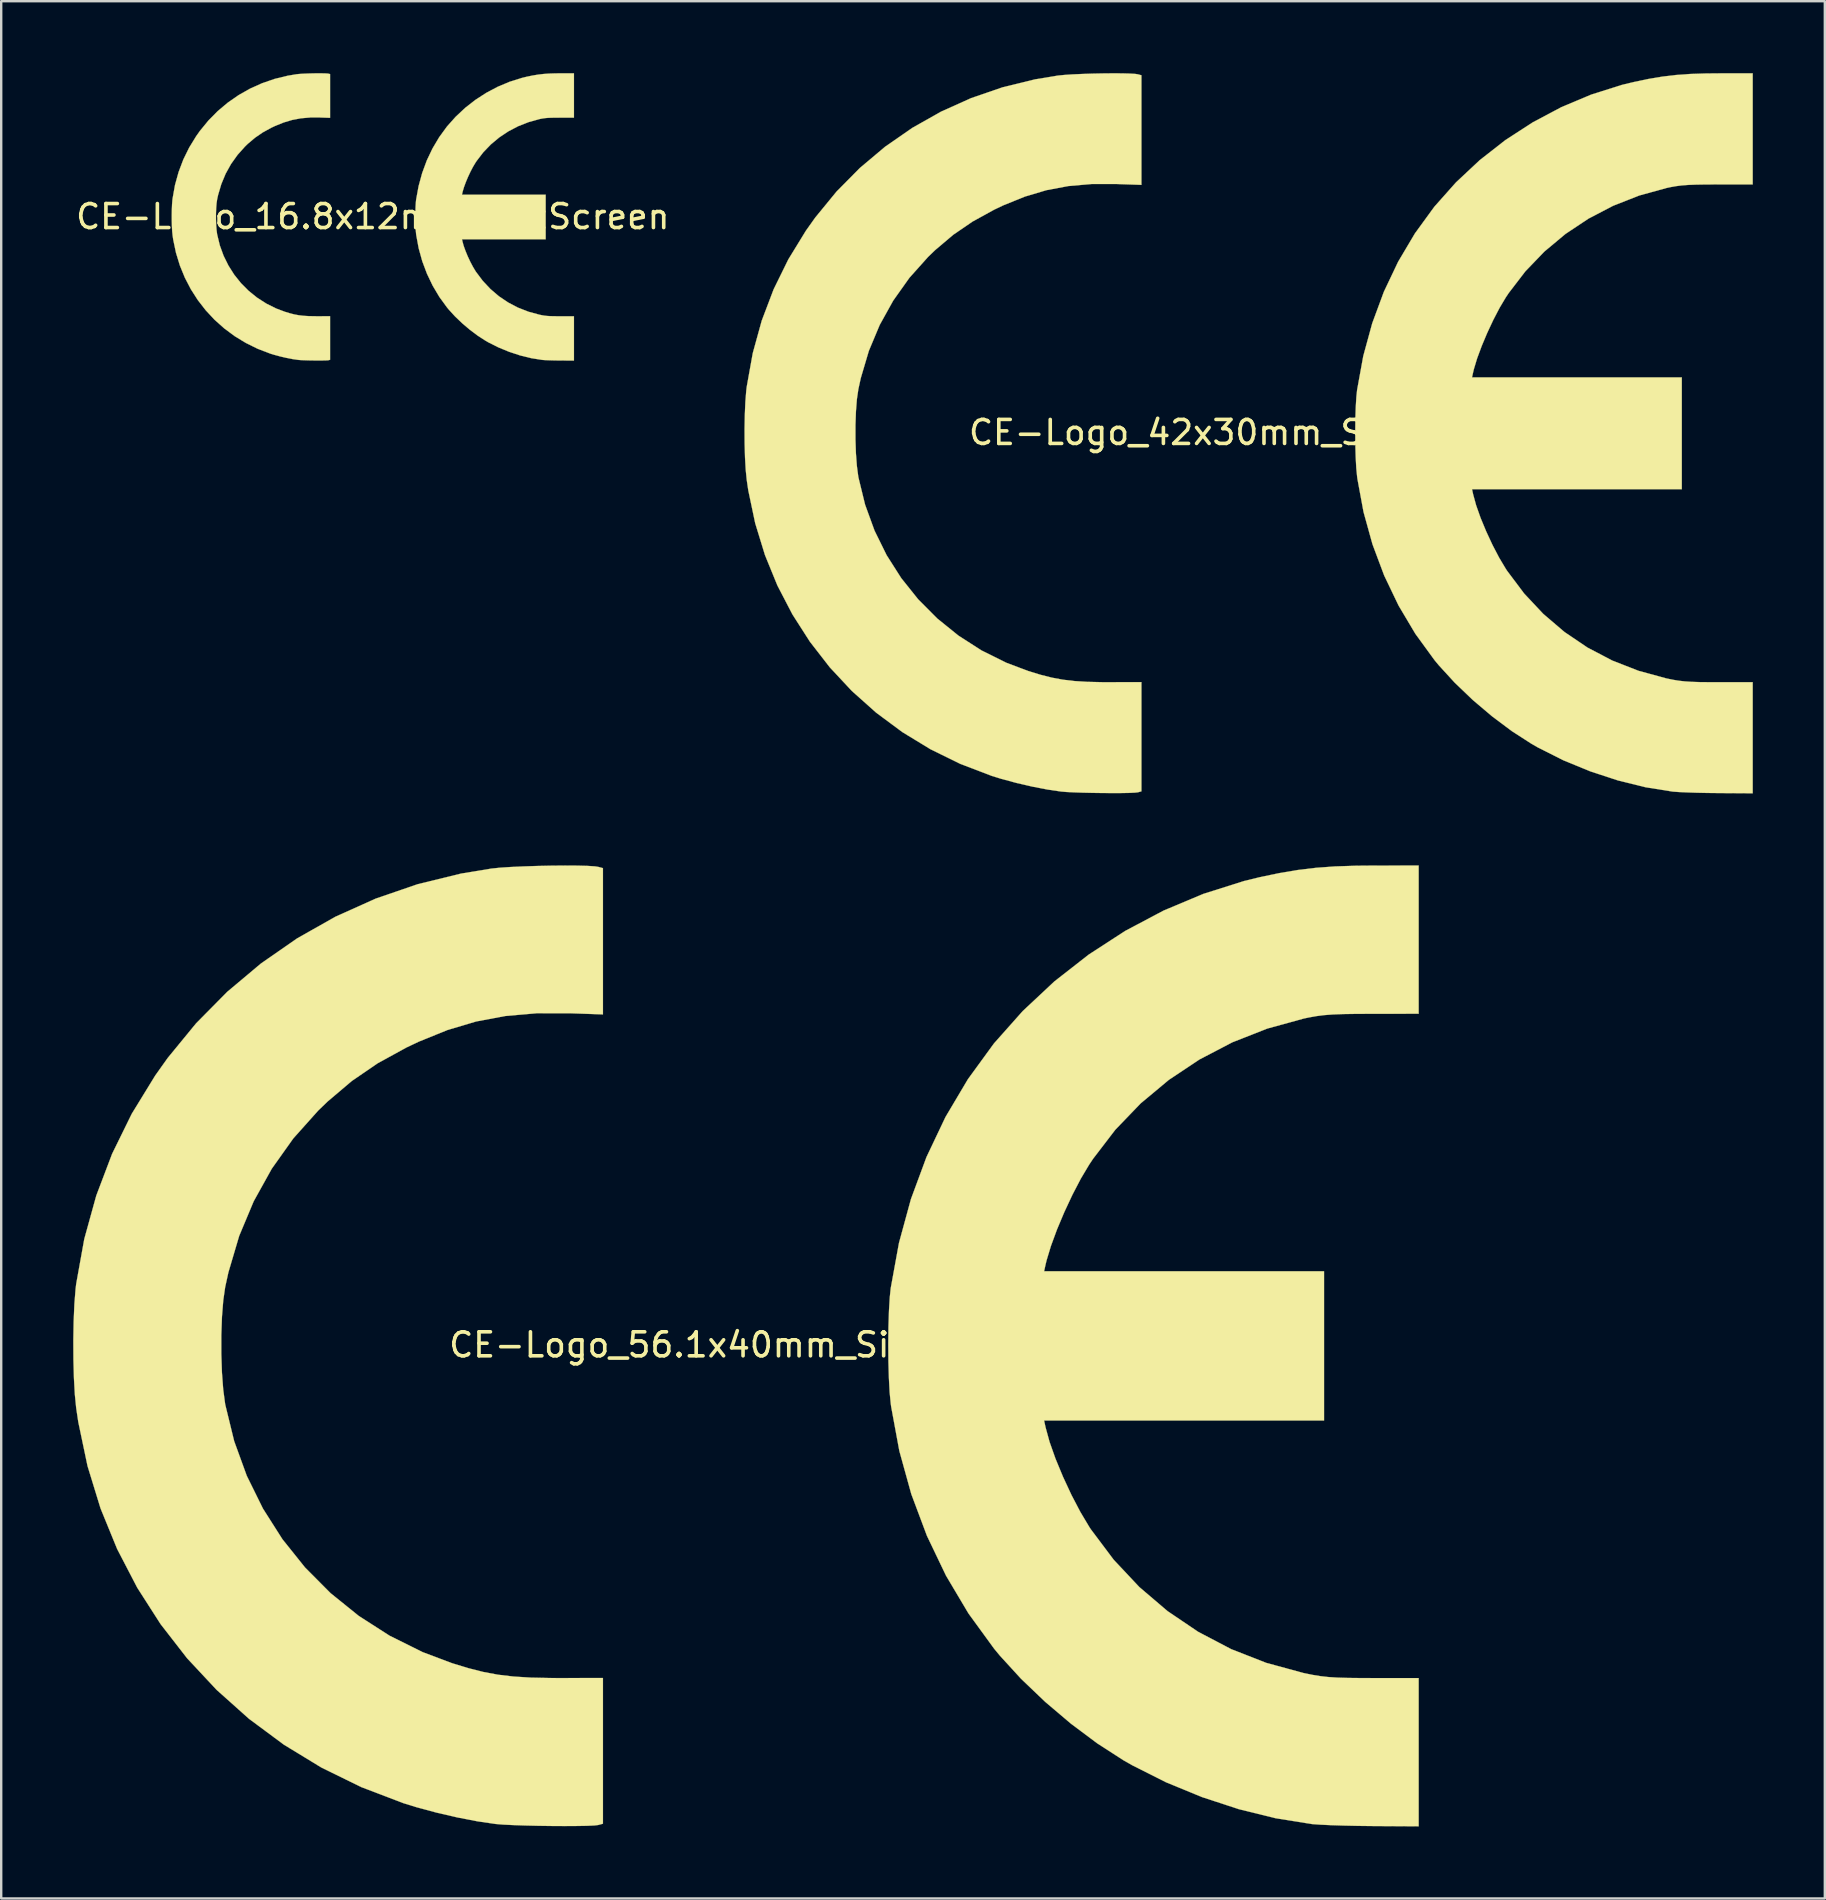
<source format=kicad_pcb>
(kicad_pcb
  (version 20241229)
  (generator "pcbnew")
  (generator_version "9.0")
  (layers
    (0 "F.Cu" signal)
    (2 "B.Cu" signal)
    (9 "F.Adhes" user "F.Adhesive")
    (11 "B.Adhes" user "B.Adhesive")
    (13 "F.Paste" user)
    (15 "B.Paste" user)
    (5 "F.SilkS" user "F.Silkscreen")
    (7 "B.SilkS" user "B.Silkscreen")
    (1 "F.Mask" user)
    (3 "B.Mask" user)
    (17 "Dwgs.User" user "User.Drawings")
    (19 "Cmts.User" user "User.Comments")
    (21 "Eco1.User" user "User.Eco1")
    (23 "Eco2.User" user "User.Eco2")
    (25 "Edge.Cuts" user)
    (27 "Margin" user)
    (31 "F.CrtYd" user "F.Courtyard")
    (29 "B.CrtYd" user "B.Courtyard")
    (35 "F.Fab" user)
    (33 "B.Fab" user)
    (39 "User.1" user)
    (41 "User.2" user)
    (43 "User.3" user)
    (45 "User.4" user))
  (footprint "CE-Logo_42x30mm_SilkScreen"
    (layer "F.Cu")
    (at 48.966 14.969)
    (property "Reference" "CE-Logo_42x30mm_SilkScreen" (at 0 0 0) (layer "F.SilkS") (effects (font (size 1 1) (thickness 0.15))))
    (attr exclude_from_pos_files exclude_from_bom allow_missing_courtyard)
    (fp_poly (pts (xy -5.263 -14.962) (xy -4.943 -14.953) (xy -4.712 -14.939) (xy -4.611 -14.923) (xy -4.463 -14.883) (xy -4.463 -10.317) (xy -5.503 -10.353) (xy -6.544 -10.352) (xy -7.507 -10.268) (xy -8.422 -10.096) (xy -9.318 -9.829) (xy -10.224 -9.462) (xy -10.6 -9.283) (xy -11.495 -8.791) (xy -12.302 -8.239) (xy -13.058 -7.599) (xy -13.353 -7.314) (xy -14.13 -6.445) (xy -14.802 -5.499) (xy -15.366 -4.483) (xy -15.819 -3.402) (xy -16.156 -2.264) (xy -16.256 -1.805) (xy -16.317 -1.388) (xy -16.357 -0.877) (xy -16.377 -0.308) (xy -16.377 0.284) (xy -16.358 0.862) (xy -16.318 1.392) (xy -16.259 1.837) (xy -16.253 1.871) (xy -15.976 3.005) (xy -15.582 4.088) (xy -15.078 5.111) (xy -14.469 6.067) (xy -13.764 6.949) (xy -12.967 7.75) (xy -12.085 8.462) (xy -11.125 9.079) (xy -10.092 9.592) (xy -9.182 9.935) (xy -8.67 10.092) (xy -8.2 10.211) (xy -7.74 10.297) (xy -7.258 10.354) (xy -6.721 10.387) (xy -6.099 10.401) (xy -5.825 10.401) (xy -4.463 10.4) (xy -4.463 14.949) (xy -4.611 14.989) (xy -4.737 15.003) (xy -4.97 15.014) (xy -5.286 15.02) (xy -5.661 15.021) (xy -6.072 15.019) (xy -6.493 15.013) (xy -6.901 15.004) (xy -7.273 14.991) (xy -7.583 14.976) (xy -7.808 14.957) (xy -7.81 14.957) (xy -8.371 14.875) (xy -9.004 14.753) (xy -9.661 14.601) (xy -10.294 14.431) (xy -10.697 14.306) (xy -12.009 13.805) (xy -13.253 13.194) (xy -14.423 12.481) (xy -15.515 11.671) (xy -16.524 10.77) (xy -17.445 9.784) (xy -18.272 8.718) (xy -19.002 7.579) (xy -19.629 6.373) (xy -20.147 5.105) (xy -20.553 3.782) (xy -20.842 2.41) (xy -20.907 1.969) (xy -20.949 1.548) (xy -20.978 1.033) (xy -20.994 0.456) (xy -20.997 -0.144) (xy -20.986 -0.735) (xy -20.963 -1.28) (xy -20.926 -1.744) (xy -20.907 -1.903) (xy -20.655 -3.306) (xy -20.281 -4.661) (xy -19.786 -5.965) (xy -19.172 -7.215) (xy -18.44 -8.409) (xy -18.049 -8.959) (xy -17.165 -10.038) (xy -16.192 -11.022) (xy -15.139 -11.908) (xy -14.011 -12.69) (xy -12.815 -13.366) (xy -11.559 -13.931) (xy -10.248 -14.382) (xy -8.89 -14.714) (xy -7.944 -14.87) (xy -7.683 -14.896) (xy -7.342 -14.919) (xy -6.943 -14.937) (xy -6.511 -14.951) (xy -6.071 -14.96) (xy -5.647 -14.964) (xy -5.263 -14.962)) (stroke (width 0.01) (type solid)) (fill yes) (layer "F.SilkS"))
    (fp_poly (pts (xy 21.003 -12.651) (xy 21.003 -10.337) (xy 19.542 -10.336) (xy 19.036 -10.334) (xy 18.636 -10.327) (xy 18.316 -10.315) (xy 18.051 -10.295) (xy 17.816 -10.265) (xy 17.584 -10.224) (xy 17.416 -10.188) (xy 16.276 -9.874) (xy 15.188 -9.446) (xy 14.16 -8.91) (xy 13.203 -8.273) (xy 12.324 -7.539) (xy 11.532 -6.715) (xy 10.836 -5.808) (xy 10.714 -5.624) (xy 10.457 -5.192) (xy 10.195 -4.689) (xy 9.942 -4.148) (xy 9.713 -3.603) (xy 9.522 -3.088) (xy 9.386 -2.637) (xy 9.356 -2.51) (xy 9.309 -2.297) (xy 18.049 -2.297) (xy 18.049 2.363) (xy 9.309 2.363) (xy 9.356 2.576) (xy 9.48 3.029) (xy 9.666 3.555) (xy 9.899 4.117) (xy 10.162 4.683) (xy 10.441 5.217) (xy 10.721 5.685) (xy 10.768 5.757) (xy 11.481 6.707) (xy 12.281 7.559) (xy 13.162 8.311) (xy 14.12 8.959) (xy 15.15 9.499) (xy 16.247 9.928) (xy 17.405 10.244) (xy 17.434 10.25) (xy 17.694 10.303) (xy 17.935 10.342) (xy 18.181 10.369) (xy 18.46 10.387) (xy 18.799 10.398) (xy 19.224 10.402) (xy 19.575 10.403) (xy 21.003 10.403) (xy 21.003 15.03) (xy 19.575 15.021) (xy 19.119 15.016) (xy 18.674 15.007) (xy 18.268 14.993) (xy 17.931 14.978) (xy 17.69 14.961) (xy 17.655 14.957) (xy 16.537 14.778) (xy 15.387 14.494) (xy 14.236 14.116) (xy 13.116 13.656) (xy 12.058 13.123) (xy 11.781 12.964) (xy 10.97 12.441) (xy 10.147 11.825) (xy 9.344 11.145) (xy 8.595 10.428) (xy 7.931 9.703) (xy 7.749 9.484) (xy 6.949 8.385) (xy 6.248 7.206) (xy 5.651 5.959) (xy 5.163 4.656) (xy 4.79 3.31) (xy 4.535 1.931) (xy 4.523 1.838) (xy 4.488 1.482) (xy 4.464 1.032) (xy 4.449 0.521) (xy 4.445 -0.02) (xy 4.45 -0.556) (xy 4.466 -1.055) (xy 4.492 -1.485) (xy 4.522 -1.772) (xy 4.779 -3.186) (xy 5.153 -4.553) (xy 5.638 -5.865) (xy 6.232 -7.115) (xy 6.931 -8.294) (xy 7.732 -9.395) (xy 7.749 -9.416) (xy 8.644 -10.423) (xy 9.632 -11.348) (xy 10.701 -12.184) (xy 11.84 -12.922) (xy 13.036 -13.557) (xy 14.276 -14.078) (xy 15.55 -14.481) (xy 16.048 -14.602) (xy 16.662 -14.73) (xy 17.234 -14.826) (xy 17.799 -14.894) (xy 18.393 -14.937) (xy 19.055 -14.958) (xy 19.608 -14.963) (xy 21.003 -14.964) (xy 21.003 -12.651)) (stroke (width 0.01) (type solid)) (fill yes) (layer "F.SilkS")))
  (footprint "CE-Logo_56.1x40mm_SilkScreen"
    (layer "F.Cu")
    (at 28.025 52.979)
    (property "Reference" "CE-Logo_56.1x40mm_SilkScreen" (at 0 0 0) (layer "F.SilkS") (effects (font (size 1 1) (thickness 0.15))))
    (attr exclude_from_pos_files exclude_from_bom allow_missing_courtyard)
    (fp_poly (pts (xy -7.023 -19.966) (xy -6.596 -19.955) (xy -6.288 -19.935) (xy -6.153 -19.914) (xy -5.956 -19.862) (xy -5.956 -13.768) (xy -7.343 -13.816) (xy -8.732 -13.814) (xy -10.018 -13.702) (xy -11.239 -13.473) (xy -12.435 -13.117) (xy -13.644 -12.626) (xy -14.145 -12.388) (xy -15.341 -11.732) (xy -16.417 -10.995) (xy -17.426 -10.14) (xy -17.819 -9.761) (xy -18.856 -8.601) (xy -19.753 -7.339) (xy -20.506 -5.982) (xy -21.11 -4.541) (xy -21.56 -3.021) (xy -21.694 -2.409) (xy -21.774 -1.852) (xy -21.828 -1.17) (xy -21.855 -0.411) (xy -21.855 0.379) (xy -21.829 1.151) (xy -21.776 1.858) (xy -21.697 2.451) (xy -21.689 2.496) (xy -21.319 4.011) (xy -20.794 5.455) (xy -20.121 6.82) (xy -19.309 8.097) (xy -18.367 9.274) (xy -17.304 10.343) (xy -16.127 11.293) (xy -14.846 12.115) (xy -13.468 12.8) (xy -12.253 13.258) (xy -11.57 13.467) (xy -10.943 13.626) (xy -10.329 13.741) (xy -9.685 13.817) (xy -8.969 13.862) (xy -8.138 13.879) (xy -7.773 13.88) (xy -5.956 13.878) (xy -5.956 19.949) (xy -6.153 20.002) (xy -6.321 20.022) (xy -6.632 20.036) (xy -7.054 20.043) (xy -7.555 20.046) (xy -8.103 20.043) (xy -8.665 20.035) (xy -9.21 20.022) (xy -9.705 20.005) (xy -10.119 19.985) (xy -10.419 19.96) (xy -10.423 19.96) (xy -11.171 19.851) (xy -12.016 19.688) (xy -12.893 19.485) (xy -13.737 19.257) (xy -14.274 19.091) (xy -16.026 18.422) (xy -17.686 17.608) (xy -19.248 16.656) (xy -20.705 15.575) (xy -22.051 14.372) (xy -23.28 13.056) (xy -24.384 11.634) (xy -25.358 10.114) (xy -26.194 8.505) (xy -26.886 6.813) (xy -27.428 5.048) (xy -27.813 3.216) (xy -27.901 2.628) (xy -27.957 2.066) (xy -27.995 1.378) (xy -28.016 0.609) (xy -28.02 -0.193) (xy -28.006 -0.981) (xy -27.975 -1.708) (xy -27.926 -2.327) (xy -27.901 -2.54) (xy -27.564 -4.411) (xy -27.064 -6.219) (xy -26.404 -7.96) (xy -25.585 -9.629) (xy -24.608 -11.222) (xy -24.086 -11.956) (xy -22.906 -13.395) (xy -21.608 -14.709) (xy -20.202 -15.89) (xy -18.697 -16.935) (xy -17.102 -17.837) (xy -15.425 -18.591) (xy -13.676 -19.192) (xy -11.864 -19.635) (xy -10.601 -19.843) (xy -10.253 -19.879) (xy -9.797 -19.909) (xy -9.265 -19.933) (xy -8.689 -19.952) (xy -8.102 -19.964) (xy -7.536 -19.969) (xy -7.023 -19.966)) (stroke (width 0.01) (type solid)) (fill yes) (layer "F.SilkS"))
    (fp_poly (pts (xy 28.028 -16.882) (xy 28.028 -13.795) (xy 26.079 -13.793) (xy 25.404 -13.79) (xy 24.87 -13.782) (xy 24.443 -13.765) (xy 24.089 -13.738) (xy 23.775 -13.698) (xy 23.466 -13.643) (xy 23.241 -13.596) (xy 21.719 -13.177) (xy 20.267 -12.606) (xy 18.897 -11.891) (xy 17.619 -11.04) (xy 16.446 -10.061) (xy 15.389 -8.962) (xy 14.461 -7.75) (xy 14.298 -7.505) (xy 13.955 -6.929) (xy 13.605 -6.258) (xy 13.267 -5.536) (xy 12.961 -4.809) (xy 12.708 -4.121) (xy 12.526 -3.52) (xy 12.485 -3.35) (xy 12.423 -3.066) (xy 24.086 -3.066) (xy 24.086 3.153) (xy 12.423 3.153) (xy 12.485 3.438) (xy 12.651 4.043) (xy 12.899 4.744) (xy 13.21 5.494) (xy 13.561 6.249) (xy 13.934 6.962) (xy 14.307 7.587) (xy 14.369 7.682) (xy 15.321 8.95) (xy 16.388 10.087) (xy 17.565 11.091) (xy 18.843 11.955) (xy 20.218 12.676) (xy 21.681 13.249) (xy 23.227 13.67) (xy 23.265 13.678) (xy 23.613 13.749) (xy 23.934 13.801) (xy 24.262 13.838) (xy 24.635 13.862) (xy 25.087 13.875) (xy 25.654 13.881) (xy 26.123 13.882) (xy 28.028 13.882) (xy 28.028 20.057) (xy 26.123 20.046) (xy 25.514 20.039) (xy 24.92 20.026) (xy 24.378 20.009) (xy 23.928 19.988) (xy 23.607 19.965) (xy 23.561 19.96) (xy 22.068 19.72) (xy 20.533 19.342) (xy 18.998 18.838) (xy 17.503 18.223) (xy 16.092 17.512) (xy 15.722 17.301) (xy 14.639 16.602) (xy 13.541 15.781) (xy 12.47 14.873) (xy 11.469 13.917) (xy 10.583 12.949) (xy 10.341 12.656) (xy 9.273 11.189) (xy 8.338 9.616) (xy 7.541 7.952) (xy 6.89 6.214) (xy 6.392 4.417) (xy 6.052 2.576) (xy 6.035 2.452) (xy 5.989 1.978) (xy 5.957 1.377) (xy 5.937 0.695) (xy 5.931 -0.026) (xy 5.939 -0.742) (xy 5.96 -1.408) (xy 5.994 -1.981) (xy 6.034 -2.365) (xy 6.378 -4.251) (xy 6.876 -6.075) (xy 7.524 -7.827) (xy 8.316 -9.495) (xy 9.25 -11.069) (xy 10.319 -12.537) (xy 10.341 -12.566) (xy 11.535 -13.909) (xy 12.854 -15.144) (xy 14.281 -16.259) (xy 15.8 -17.245) (xy 17.396 -18.091) (xy 19.052 -18.787) (xy 20.751 -19.324) (xy 21.415 -19.486) (xy 22.236 -19.657) (xy 22.998 -19.785) (xy 23.752 -19.875) (xy 24.545 -19.933) (xy 25.428 -19.962) (xy 26.166 -19.968) (xy 28.028 -19.97) (xy 28.028 -16.882)) (stroke (width 0.01) (type solid)) (fill yes) (layer "F.SilkS")))
  (footprint "CE-Logo_16.8x12mm_SilkScreen"
    (layer "F.Cu")
    (at 12.482 5.975)
    (property "Reference" "CE-Logo_16.8x12mm_SilkScreen" (at 0 0 0) (layer "F.SilkS") (effects (font (size 1 1) (thickness 0.15))))
    (attr exclude_from_pos_files exclude_from_bom allow_missing_courtyard)
    (fp_poly (pts (xy -2.1 -5.969) (xy -1.972 -5.966) (xy -1.88 -5.96) (xy -1.84 -5.954) (xy -1.781 -5.938) (xy -1.781 -4.116) (xy -2.195 -4.13) (xy -2.611 -4.13) (xy -2.995 -4.097) (xy -3.36 -4.028) (xy -3.718 -3.921) (xy -4.079 -3.775) (xy -4.229 -3.704) (xy -4.586 -3.508) (xy -4.908 -3.287) (xy -5.21 -3.032) (xy -5.327 -2.918) (xy -5.637 -2.571) (xy -5.906 -2.194) (xy -6.131 -1.789) (xy -6.311 -1.357) (xy -6.446 -0.903) (xy -6.486 -0.72) (xy -6.51 -0.554) (xy -6.526 -0.35) (xy -6.534 -0.123) (xy -6.534 0.113) (xy -6.526 0.344) (xy -6.51 0.555) (xy -6.487 0.733) (xy -6.484 0.746) (xy -6.374 1.199) (xy -6.217 1.631) (xy -6.015 2.039) (xy -5.773 2.421) (xy -5.491 2.773) (xy -5.173 3.092) (xy -4.821 3.376) (xy -4.438 3.622) (xy -4.027 3.827) (xy -3.663 3.964) (xy -3.459 4.026) (xy -3.272 4.074) (xy -3.088 4.108) (xy -2.896 4.131) (xy -2.682 4.144) (xy -2.433 4.149) (xy -2.324 4.15) (xy -1.781 4.149) (xy -1.781 5.964) (xy -1.84 5.98) (xy -1.89 5.986) (xy -1.983 5.99) (xy -2.109 5.992) (xy -2.259 5.993) (xy -2.422 5.992) (xy -2.591 5.99) (xy -2.753 5.986) (xy -2.902 5.981) (xy -3.025 5.975) (xy -3.115 5.968) (xy -3.116 5.967) (xy -3.34 5.935) (xy -3.592 5.886) (xy -3.855 5.825) (xy -4.107 5.757) (xy -4.268 5.708) (xy -4.791 5.508) (xy -5.287 5.264) (xy -5.754 4.98) (xy -6.19 4.656) (xy -6.593 4.297) (xy -6.96 3.903) (xy -7.29 3.478) (xy -7.581 3.024) (xy -7.831 2.543) (xy -8.038 2.037) (xy -8.2 1.509) (xy -8.315 0.961) (xy -8.341 0.786) (xy -8.358 0.618) (xy -8.37 0.412) (xy -8.376 0.182) (xy -8.377 -0.058) (xy -8.373 -0.293) (xy -8.364 -0.511) (xy -8.349 -0.696) (xy -8.341 -0.759) (xy -8.241 -1.319) (xy -8.091 -1.859) (xy -7.894 -2.38) (xy -7.649 -2.879) (xy -7.357 -3.355) (xy -7.201 -3.574) (xy -6.848 -4.005) (xy -6.46 -4.398) (xy -6.04 -4.751) (xy -5.59 -5.063) (xy -5.113 -5.333) (xy -4.612 -5.558) (xy -4.089 -5.738) (xy -3.547 -5.87) (xy -3.169 -5.933) (xy -3.065 -5.943) (xy -2.929 -5.952) (xy -2.77 -5.959) (xy -2.598 -5.965) (xy -2.422 -5.969) (xy -2.253 -5.97) (xy -2.1 -5.969)) (stroke (width 0.01) (type solid)) (fill yes) (layer "F.SilkS"))
    (fp_poly (pts (xy 8.379 -4.124) (xy 7.797 -4.124) (xy 7.595 -4.123) (xy 7.435 -4.12) (xy 7.308 -4.115) (xy 7.202 -4.107) (xy 7.108 -4.095) (xy 7.016 -4.079) (xy 6.948 -4.065) (xy 6.493 -3.939) (xy 6.059 -3.769) (xy 5.65 -3.555) (xy 5.268 -3.301) (xy 4.917 -3.008) (xy 4.601 -2.679) (xy 4.323 -2.317) (xy 4.275 -2.244) (xy 4.172 -2.072) (xy 4.067 -1.871) (xy 3.966 -1.655) (xy 3.875 -1.438) (xy 3.799 -1.232) (xy 3.745 -1.052) (xy 3.733 -1.002) (xy 3.714 -0.916) (xy 7.201 -0.916) (xy 7.201 0.943) (xy 3.714 0.943) (xy 3.733 1.028) (xy 3.782 1.209) (xy 3.857 1.418) (xy 3.949 1.643) (xy 4.054 1.868) (xy 4.166 2.081) (xy 4.277 2.268) (xy 4.296 2.297) (xy 4.581 2.676) (xy 4.9 3.016) (xy 5.251 3.316) (xy 5.634 3.574) (xy 6.044 3.79) (xy 6.482 3.961) (xy 6.944 4.087) (xy 6.955 4.089) (xy 7.06 4.11) (xy 7.155 4.126) (xy 7.254 4.137) (xy 7.365 4.144) (xy 7.5 4.148) (xy 7.67 4.15) (xy 7.81 4.15) (xy 8.379 4.15) (xy 8.379 5.996) (xy 7.81 5.993) (xy 7.628 5.991) (xy 7.45 5.987) (xy 7.288 5.982) (xy 7.154 5.976) (xy 7.058 5.969) (xy 7.044 5.967) (xy 6.598 5.896) (xy 6.139 5.783) (xy 5.68 5.632) (xy 5.233 5.448) (xy 4.811 5.236) (xy 4.7 5.172) (xy 4.377 4.964) (xy 4.048 4.718) (xy 3.728 4.447) (xy 3.429 4.161) (xy 3.164 3.871) (xy 3.092 3.784) (xy 2.772 3.345) (xy 2.493 2.875) (xy 2.255 2.377) (xy 2.06 1.858) (xy 1.911 1.32) (xy 1.809 0.77) (xy 1.804 0.733) (xy 1.791 0.591) (xy 1.781 0.412) (xy 1.775 0.208) (xy 1.773 -0.008) (xy 1.776 -0.222) (xy 1.782 -0.421) (xy 1.792 -0.592) (xy 1.804 -0.707) (xy 1.907 -1.271) (xy 2.056 -1.816) (xy 2.249 -2.34) (xy 2.486 -2.839) (xy 2.765 -3.309) (xy 3.085 -3.748) (xy 3.092 -3.757) (xy 3.449 -4.158) (xy 3.843 -4.528) (xy 4.269 -4.861) (xy 4.724 -5.156) (xy 5.201 -5.409) (xy 5.696 -5.617) (xy 6.204 -5.777) (xy 6.403 -5.826) (xy 6.648 -5.877) (xy 6.876 -5.915) (xy 7.101 -5.942) (xy 7.338 -5.959) (xy 7.602 -5.968) (xy 7.823 -5.97) (xy 8.379 -5.97) (xy 8.379 -4.124)) (stroke (width 0.01) (type solid)) (fill yes) (layer "F.SilkS")))
  (gr_rect
    (start -3 -3)
    (end 72.974 76.041)
    (stroke (width 0.1) (type default))
    (fill no)
    (layer "Edge.Cuts")))
</source>
